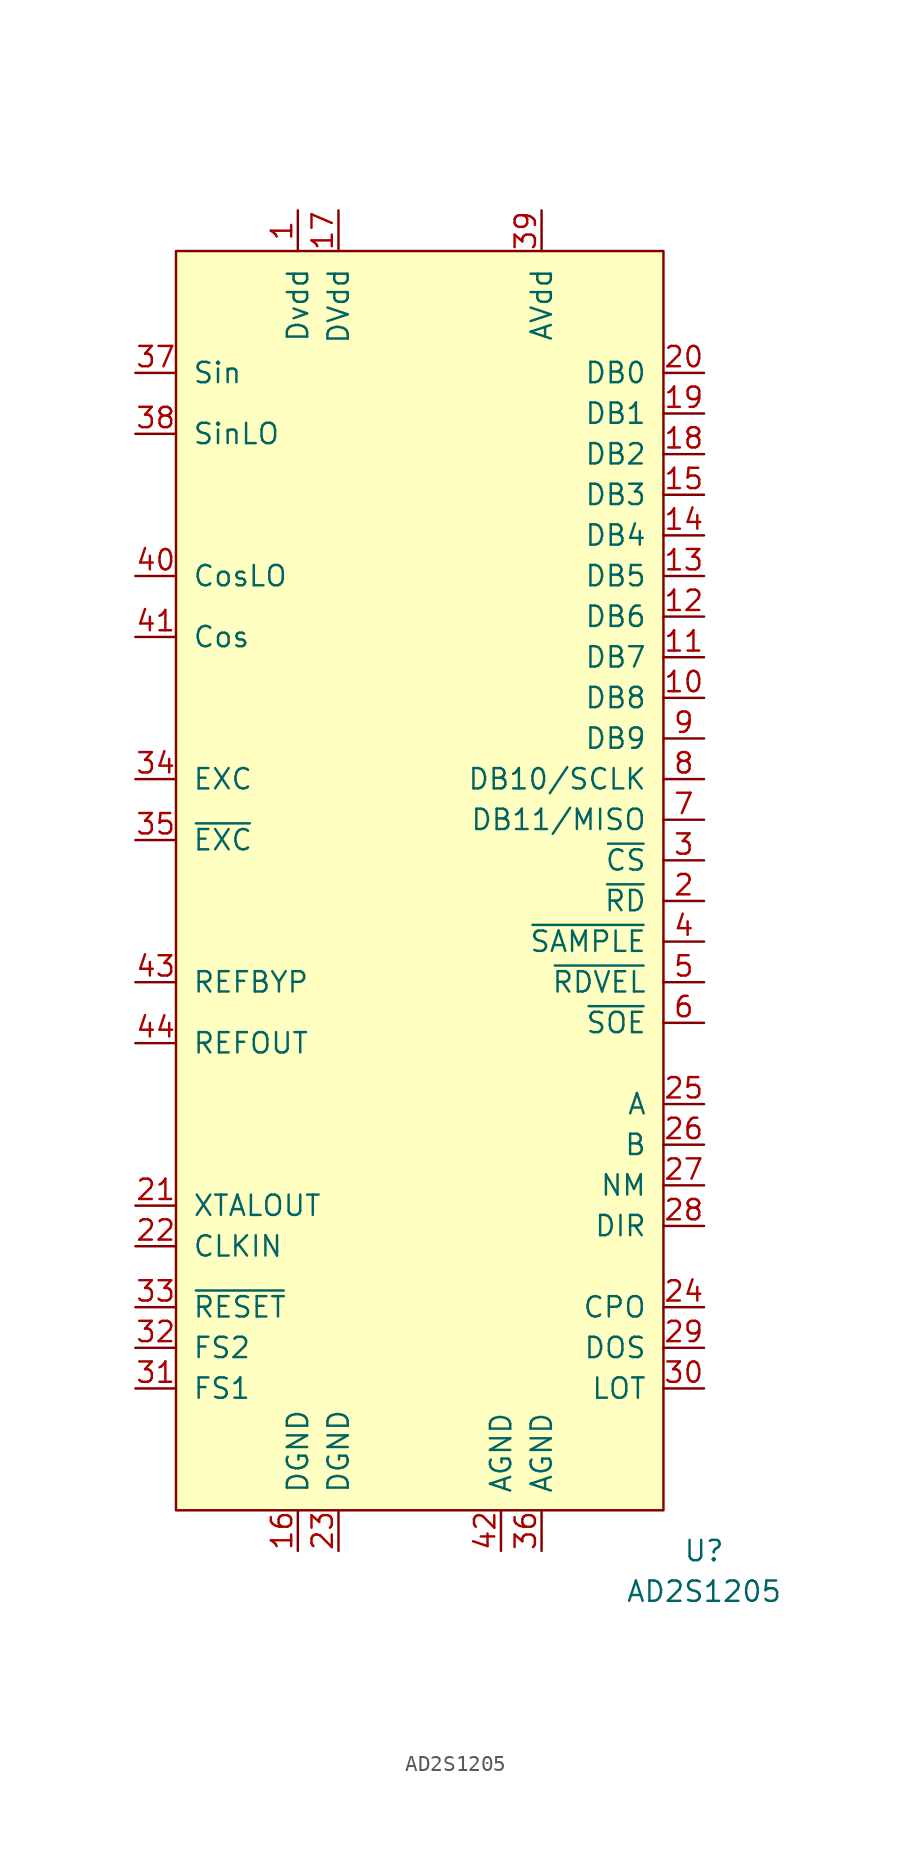
<source format=kicad_sym>
(kicad_symbol_lib
  (version 20220914)
  (generator kicad_symbol_editor)
  (symbol "AD2S1205"
    (pin_names
      (offset 1.016))
    (property "Reference" "U"
      (at 17.78 -44.45 0)
      (effects (font (size 1.27 1.27))))
    (property "Value" "AD2S1205"
      (at 17.78 -46.99 0)
      (effects (font (size 1.27 1.27))))
    (symbol "AD2S1205_0_1"
      (rectangle (start -15.24 -41.91) (end 15.24 36.83) (stroke (width 0) (type default)) (fill (type background))))
    (symbol "AD2S1205_1_1"
      (pin power_in line (at -7.62 39.37 270) (length 2.54) (name "Dvdd" (effects (font (size 1.27 1.27)))) (number "1" (effects (font (size 1.27 1.27)))))
      (pin output line (at 17.78 8.89 180) (length 2.54) (name "DB8" (effects (font (size 1.27 1.27)))) (number "10" (effects (font (size 1.27 1.27)))))
      (pin output line (at 17.78 11.43 180) (length 2.54) (name "DB7" (effects (font (size 1.27 1.27)))) (number "11" (effects (font (size 1.27 1.27)))))
      (pin output line (at 17.78 13.97 180) (length 2.54) (name "DB6" (effects (font (size 1.27 1.27)))) (number "12" (effects (font (size 1.27 1.27)))))
      (pin output line (at 17.78 16.51 180) (length 2.54) (name "DB5" (effects (font (size 1.27 1.27)))) (number "13" (effects (font (size 1.27 1.27)))))
      (pin output line (at 17.78 19.05 180) (length 2.54) (name "DB4" (effects (font (size 1.27 1.27)))) (number "14" (effects (font (size 1.27 1.27)))))
      (pin output line (at 17.78 21.59 180) (length 2.54) (name "DB3" (effects (font (size 1.27 1.27)))) (number "15" (effects (font (size 1.27 1.27)))))
      (pin passive line (at -7.62 -44.45 90) (length 2.54) (name "DGND" (effects (font (size 1.27 1.27)))) (number "16" (effects (font (size 1.27 1.27)))))
      (pin power_in line (at -5.08 39.37 270) (length 2.54) (name "DVdd" (effects (font (size 1.27 1.27)))) (number "17" (effects (font (size 1.27 1.27)))))
      (pin output line (at 17.78 24.13 180) (length 2.54) (name "DB2" (effects (font (size 1.27 1.27)))) (number "18" (effects (font (size 1.27 1.27)))))
      (pin output line (at 17.78 26.67 180) (length 2.54) (name "DB1" (effects (font (size 1.27 1.27)))) (number "19" (effects (font (size 1.27 1.27)))))
      (pin input line (at 17.78 -3.81 180) (length 2.54) (name "~{RD}" (effects (font (size 1.27 1.27)))) (number "2" (effects (font (size 1.27 1.27)))))
      (pin output line (at 17.78 29.21 180) (length 2.54) (name "DB0" (effects (font (size 1.27 1.27)))) (number "20" (effects (font (size 1.27 1.27)))))
      (pin output line (at -17.78 -22.86 0) (length 2.54) (name "XTALOUT" (effects (font (size 1.27 1.27)))) (number "21" (effects (font (size 1.27 1.27)))))
      (pin input line (at -17.78 -25.4 0) (length 2.54) (name "CLKIN" (effects (font (size 1.27 1.27)))) (number "22" (effects (font (size 1.27 1.27)))))
      (pin passive line (at -5.08 -44.45 90) (length 2.54) (name "DGND" (effects (font (size 1.27 1.27)))) (number "23" (effects (font (size 1.27 1.27)))))
      (pin output line (at 17.78 -29.21 180) (length 2.54) (name "CPO" (effects (font (size 1.27 1.27)))) (number "24" (effects (font (size 1.27 1.27)))))
      (pin output line (at 17.78 -16.51 180) (length 2.54) (name "A" (effects (font (size 1.27 1.27)))) (number "25" (effects (font (size 1.27 1.27)))))
      (pin output line (at 17.78 -19.05 180) (length 2.54) (name "B" (effects (font (size 1.27 1.27)))) (number "26" (effects (font (size 1.27 1.27)))))
      (pin output line (at 17.78 -21.59 180) (length 2.54) (name "NM" (effects (font (size 1.27 1.27)))) (number "27" (effects (font (size 1.27 1.27)))))
      (pin output line (at 17.78 -24.13 180) (length 2.54) (name "DIR" (effects (font (size 1.27 1.27)))) (number "28" (effects (font (size 1.27 1.27)))))
      (pin output line (at 17.78 -31.75 180) (length 2.54) (name "DOS" (effects (font (size 1.27 1.27)))) (number "29" (effects (font (size 1.27 1.27)))))
      (pin input line (at 17.78 -1.27 180) (length 2.54) (name "~{CS}" (effects (font (size 1.27 1.27)))) (number "3" (effects (font (size 1.27 1.27)))))
      (pin output line (at 17.78 -34.29 180) (length 2.54) (name "LOT" (effects (font (size 1.27 1.27)))) (number "30" (effects (font (size 1.27 1.27)))))
      (pin input line (at -17.78 -34.29 0) (length 2.54) (name "FS1" (effects (font (size 1.27 1.27)))) (number "31" (effects (font (size 1.27 1.27)))))
      (pin input line (at -17.78 -31.75 0) (length 2.54) (name "FS2" (effects (font (size 1.27 1.27)))) (number "32" (effects (font (size 1.27 1.27)))))
      (pin input line (at -17.78 -29.21 0) (length 2.54) (name "~{RESET}" (effects (font (size 1.27 1.27)))) (number "33" (effects (font (size 1.27 1.27)))))
      (pin output line (at -17.78 3.81 0) (length 2.54) (name "EXC" (effects (font (size 1.27 1.27)))) (number "34" (effects (font (size 1.27 1.27)))))
      (pin output line (at -17.78 0 0) (length 2.54) (name "~{EXC}" (effects (font (size 1.27 1.27)))) (number "35" (effects (font (size 1.27 1.27)))))
      (pin passive line (at 7.62 -44.45 90) (length 2.54) (name "AGND" (effects (font (size 1.27 1.27)))) (number "36" (effects (font (size 1.27 1.27)))))
      (pin input line (at -17.78 29.21 0) (length 2.54) (name "Sin" (effects (font (size 1.27 1.27)))) (number "37" (effects (font (size 1.27 1.27)))))
      (pin input line (at -17.78 25.4 0) (length 2.54) (name "SinLO" (effects (font (size 1.27 1.27)))) (number "38" (effects (font (size 1.27 1.27)))))
      (pin power_in line (at 7.62 39.37 270) (length 2.54) (name "AVdd" (effects (font (size 1.27 1.27)))) (number "39" (effects (font (size 1.27 1.27)))))
      (pin input line (at 17.78 -6.35 180) (length 2.54) (name "~{SAMPLE}" (effects (font (size 1.27 1.27)))) (number "4" (effects (font (size 1.27 1.27)))))
      (pin input line (at -17.78 16.51 0) (length 2.54) (name "CosLO" (effects (font (size 1.27 1.27)))) (number "40" (effects (font (size 1.27 1.27)))))
      (pin input line (at -17.78 12.7 0) (length 2.54) (name "Cos" (effects (font (size 1.27 1.27)))) (number "41" (effects (font (size 1.27 1.27)))))
      (pin passive line (at 5.08 -44.45 90) (length 2.54) (name "AGND" (effects (font (size 1.27 1.27)))) (number "42" (effects (font (size 1.27 1.27)))))
      (pin passive line (at -17.78 -8.89 0) (length 2.54) (name "REFBYP" (effects (font (size 1.27 1.27)))) (number "43" (effects (font (size 1.27 1.27)))))
      (pin passive line (at -17.78 -12.7 0) (length 2.54) (name "REFOUT" (effects (font (size 1.27 1.27)))) (number "44" (effects (font (size 1.27 1.27)))))
      (pin input line (at 17.78 -8.89 180) (length 2.54) (name "~{RDVEL}" (effects (font (size 1.27 1.27)))) (number "5" (effects (font (size 1.27 1.27)))))
      (pin input line (at 17.78 -11.43 180) (length 2.54) (name "~{SOE}" (effects (font (size 1.27 1.27)))) (number "6" (effects (font (size 1.27 1.27)))))
      (pin output line (at 17.78 1.27 180) (length 2.54) (name "DB11/MISO" (effects (font (size 1.27 1.27)))) (number "7" (effects (font (size 1.27 1.27)))))
      (pin output line (at 17.78 3.81 180) (length 2.54) (name "DB10/SCLK" (effects (font (size 1.27 1.27)))) (number "8" (effects (font (size 1.27 1.27)))))
      (pin output line (at 17.78 6.35 180) (length 2.54) (name "DB9" (effects (font (size 1.27 1.27)))) (number "9" (effects (font (size 1.27 1.27))))))))
</source>
